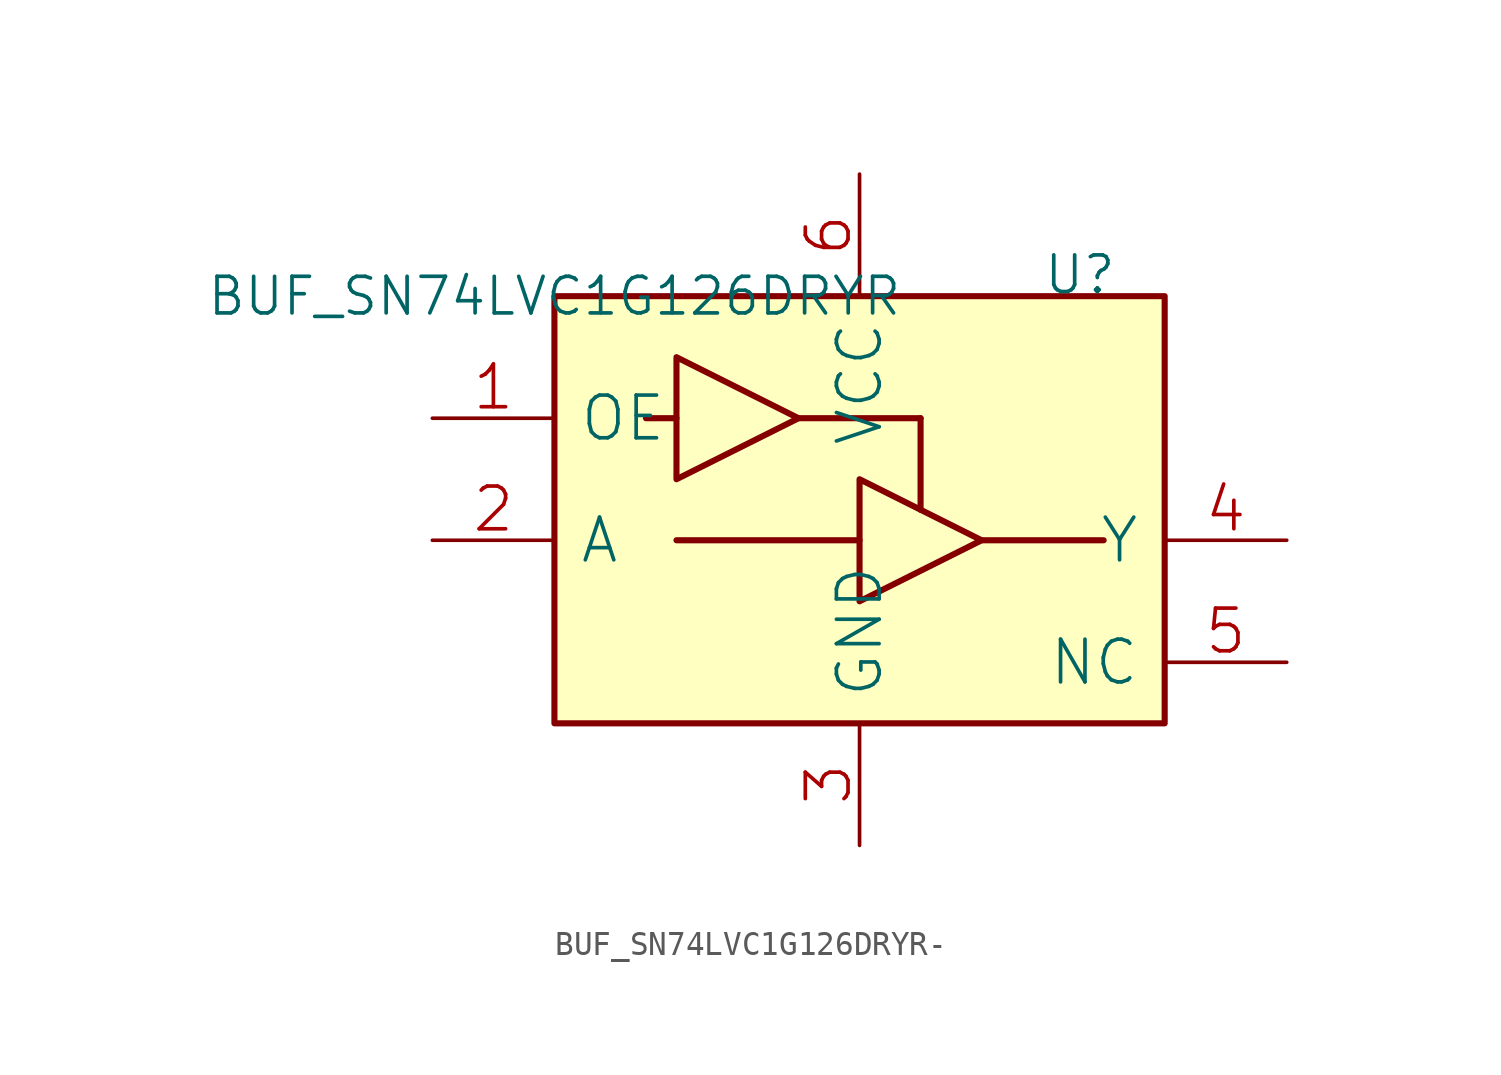
<source format=kicad_sym>
(kicad_symbol_lib
  (version 20220914)
  (generator kicad_symbol_editor)
  (symbol "BUF_SN74LVC1G126DRYR-"
    (pin_names
      (offset 1.016))
    (property "Reference" "U"
      (at 20.32 0 0)
      (effects (font (size 1.524 1.524)) (justify left bottom)))
    (property "Value" "BUF_SN74LVC1G126DRYR"
      (at 0 0 0)
      (effects (font (size 1.524 1.524))))
    (property "Footprint" ""
      (at 0 0 0)
      (effects (font (size 1.524 1.524))))
    (property "Datasheet" ""
      (at 0 0 0)
      (effects (font (size 1.524 1.524))))
    (symbol "BUF_SN74LVC1G126DRYR-_0_1"
      (rectangle (start 0 -17.78) (end 25.4 0) (stroke (width 0.254) (type solid)) (fill (type background)))
      (polyline (pts (xy 5.08 -5.08) (xy 3.81 -5.08)) (stroke (width 0.254) (type solid)) (fill (type none)))
      (polyline (pts (xy 10.16 -5.08) (xy 15.24 -5.08)) (stroke (width 0.254) (type solid)) (fill (type none)))
      (polyline (pts (xy 12.7 -10.16) (xy 5.08 -10.16)) (stroke (width 0.254) (type solid)) (fill (type none)))
      (polyline (pts (xy 15.24 -5.08) (xy 15.24 -8.89)) (stroke (width 0.254) (type solid)) (fill (type none)))
      (polyline (pts (xy 17.78 -10.16) (xy 22.86 -10.16)) (stroke (width 0.254) (type solid)) (fill (type none)))
      (polyline (pts (xy 5.08 -2.54) (xy 5.08 -7.62) (xy 10.16 -5.08) (xy 5.08 -2.54)) (stroke (width 0.254) (type solid)) (fill (type none)))
      (polyline (pts (xy 12.7 -7.62) (xy 12.7 -12.7) (xy 17.78 -10.16) (xy 12.7 -7.62)) (stroke (width 0.254) (type solid)) (fill (type none)))
      (pin input line (at -5.08 -5.08 0) (length 5.08) (name "OE" (effects (font (size 1.778 1.778)))) (number "1" (effects (font (size 1.778 1.778)))))
      (pin input line (at -5.08 -10.16 0) (length 5.08) (name "A" (effects (font (size 1.778 1.778)))) (number "2" (effects (font (size 1.778 1.778)))))
      (pin power_in line (at 12.7 -22.86 90) (length 5.08) (name "GND" (effects (font (size 1.778 1.778)))) (number "3" (effects (font (size 1.778 1.778)))))
      (pin output line (at 30.48 -10.16 180) (length 5.08) (name "Y" (effects (font (size 1.778 1.778)))) (number "4" (effects (font (size 1.778 1.778)))))
      (pin passive line (at 30.48 -15.24 180) (length 5.08) (name "NC" (effects (font (size 1.778 1.778)))) (number "5" (effects (font (size 1.778 1.778)))))
      (pin power_in line (at 12.7 5.08 270) (length 5.08) (name "VCC" (effects (font (size 1.778 1.778)))) (number "6" (effects (font (size 1.778 1.778))))))))
</source>
